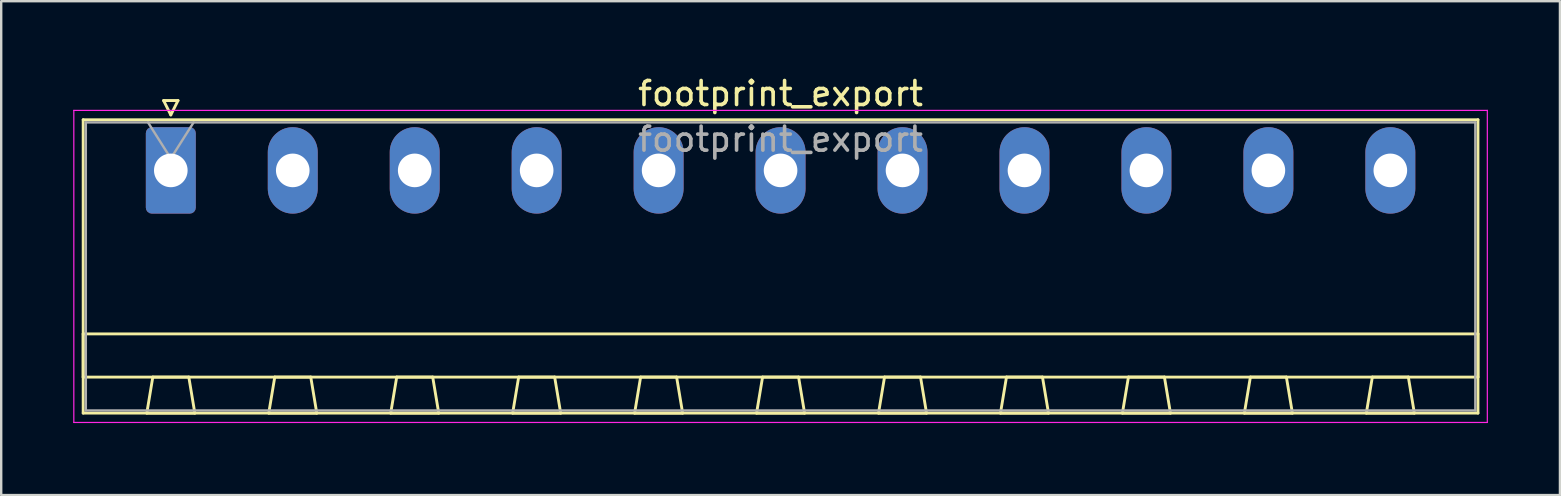
<source format=kicad_pcb>
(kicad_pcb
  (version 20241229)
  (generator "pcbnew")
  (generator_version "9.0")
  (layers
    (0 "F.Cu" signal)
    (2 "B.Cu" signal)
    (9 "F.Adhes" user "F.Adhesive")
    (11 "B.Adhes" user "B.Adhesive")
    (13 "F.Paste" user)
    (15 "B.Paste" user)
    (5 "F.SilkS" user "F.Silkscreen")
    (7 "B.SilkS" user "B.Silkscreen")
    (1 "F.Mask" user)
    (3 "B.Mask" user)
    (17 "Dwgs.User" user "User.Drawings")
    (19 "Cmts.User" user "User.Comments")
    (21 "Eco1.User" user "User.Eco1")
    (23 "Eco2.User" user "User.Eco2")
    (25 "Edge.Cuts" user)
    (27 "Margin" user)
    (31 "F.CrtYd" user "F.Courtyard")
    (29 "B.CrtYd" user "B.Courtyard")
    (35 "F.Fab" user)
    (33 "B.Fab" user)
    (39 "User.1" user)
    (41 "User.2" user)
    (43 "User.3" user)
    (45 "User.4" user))
  (footprint "footprint_export"
    (layer "F.Cu")
    (at 4.065 4.048)
    (property "Reference" "footprint_export" (at 25.4 -3.2 0) (layer "F.SilkS") (effects (font (size 1 1) (thickness 0.15))))
    (attr through_hole)
    (fp_line (start -3.65 -2.11) (end -3.65 10.11) (stroke (width 0.12) (type solid)) (layer "F.SilkS"))
    (fp_line (start -3.65 6.81) (end 54.45 6.81) (stroke (width 0.12) (type solid)) (layer "F.SilkS"))
    (fp_line (start -3.65 8.61) (end -3.65 6.81) (stroke (width 0.12) (type solid)) (layer "F.SilkS"))
    (fp_line (start -3.65 10.11) (end 54.45 10.11) (stroke (width 0.12) (type solid)) (layer "F.SilkS"))
    (fp_line (start -1 10.11) (end 1 10.11) (stroke (width 0.12) (type solid)) (layer "F.SilkS"))
    (fp_line (start -0.75 8.61) (end -1 10.11) (stroke (width 0.12) (type solid)) (layer "F.SilkS"))
    (fp_line (start -0.3 -2.91) (end 0.3 -2.91) (stroke (width 0.12) (type solid)) (layer "F.SilkS"))
    (fp_line (start 0 -2.31) (end -0.3 -2.91) (stroke (width 0.12) (type solid)) (layer "F.SilkS"))
    (fp_line (start 0.3 -2.91) (end 0 -2.31) (stroke (width 0.12) (type solid)) (layer "F.SilkS"))
    (fp_line (start 0.75 8.61) (end -0.75 8.61) (stroke (width 0.12) (type solid)) (layer "F.SilkS"))
    (fp_line (start 1 10.11) (end 0.75 8.61) (stroke (width 0.12) (type solid)) (layer "F.SilkS"))
    (fp_line (start 4.08 10.11) (end 6.08 10.11) (stroke (width 0.12) (type solid)) (layer "F.SilkS"))
    (fp_line (start 4.33 8.61) (end 4.08 10.11) (stroke (width 0.12) (type solid)) (layer "F.SilkS"))
    (fp_line (start 5.83 8.61) (end 4.33 8.61) (stroke (width 0.12) (type solid)) (layer "F.SilkS"))
    (fp_line (start 6.08 10.11) (end 5.83 8.61) (stroke (width 0.12) (type solid)) (layer "F.SilkS"))
    (fp_line (start 9.16 10.11) (end 11.16 10.11) (stroke (width 0.12) (type solid)) (layer "F.SilkS"))
    (fp_line (start 9.41 8.61) (end 9.16 10.11) (stroke (width 0.12) (type solid)) (layer "F.SilkS"))
    (fp_line (start 10.91 8.61) (end 9.41 8.61) (stroke (width 0.12) (type solid)) (layer "F.SilkS"))
    (fp_line (start 11.16 10.11) (end 10.91 8.61) (stroke (width 0.12) (type solid)) (layer "F.SilkS"))
    (fp_line (start 14.24 10.11) (end 16.24 10.11) (stroke (width 0.12) (type solid)) (layer "F.SilkS"))
    (fp_line (start 14.49 8.61) (end 14.24 10.11) (stroke (width 0.12) (type solid)) (layer "F.SilkS"))
    (fp_line (start 15.99 8.61) (end 14.49 8.61) (stroke (width 0.12) (type solid)) (layer "F.SilkS"))
    (fp_line (start 16.24 10.11) (end 15.99 8.61) (stroke (width 0.12) (type solid)) (layer "F.SilkS"))
    (fp_line (start 19.32 10.11) (end 21.32 10.11) (stroke (width 0.12) (type solid)) (layer "F.SilkS"))
    (fp_line (start 19.57 8.61) (end 19.32 10.11) (stroke (width 0.12) (type solid)) (layer "F.SilkS"))
    (fp_line (start 21.07 8.61) (end 19.57 8.61) (stroke (width 0.12) (type solid)) (layer "F.SilkS"))
    (fp_line (start 21.32 10.11) (end 21.07 8.61) (stroke (width 0.12) (type solid)) (layer "F.SilkS"))
    (fp_line (start 24.4 10.11) (end 26.4 10.11) (stroke (width 0.12) (type solid)) (layer "F.SilkS"))
    (fp_line (start 24.65 8.61) (end 24.4 10.11) (stroke (width 0.12) (type solid)) (layer "F.SilkS"))
    (fp_line (start 26.15 8.61) (end 24.65 8.61) (stroke (width 0.12) (type solid)) (layer "F.SilkS"))
    (fp_line (start 26.4 10.11) (end 26.15 8.61) (stroke (width 0.12) (type solid)) (layer "F.SilkS"))
    (fp_line (start 29.48 10.11) (end 31.48 10.11) (stroke (width 0.12) (type solid)) (layer "F.SilkS"))
    (fp_line (start 29.73 8.61) (end 29.48 10.11) (stroke (width 0.12) (type solid)) (layer "F.SilkS"))
    (fp_line (start 31.23 8.61) (end 29.73 8.61) (stroke (width 0.12) (type solid)) (layer "F.SilkS"))
    (fp_line (start 31.48 10.11) (end 31.23 8.61) (stroke (width 0.12) (type solid)) (layer "F.SilkS"))
    (fp_line (start 34.56 10.11) (end 36.56 10.11) (stroke (width 0.12) (type solid)) (layer "F.SilkS"))
    (fp_line (start 34.81 8.61) (end 34.56 10.11) (stroke (width 0.12) (type solid)) (layer "F.SilkS"))
    (fp_line (start 36.31 8.61) (end 34.81 8.61) (stroke (width 0.12) (type solid)) (layer "F.SilkS"))
    (fp_line (start 36.56 10.11) (end 36.31 8.61) (stroke (width 0.12) (type solid)) (layer "F.SilkS"))
    (fp_line (start 39.64 10.11) (end 41.64 10.11) (stroke (width 0.12) (type solid)) (layer "F.SilkS"))
    (fp_line (start 39.89 8.61) (end 39.64 10.11) (stroke (width 0.12) (type solid)) (layer "F.SilkS"))
    (fp_line (start 41.39 8.61) (end 39.89 8.61) (stroke (width 0.12) (type solid)) (layer "F.SilkS"))
    (fp_line (start 41.64 10.11) (end 41.39 8.61) (stroke (width 0.12) (type solid)) (layer "F.SilkS"))
    (fp_line (start 44.72 10.11) (end 46.72 10.11) (stroke (width 0.12) (type solid)) (layer "F.SilkS"))
    (fp_line (start 44.97 8.61) (end 44.72 10.11) (stroke (width 0.12) (type solid)) (layer "F.SilkS"))
    (fp_line (start 46.47 8.61) (end 44.97 8.61) (stroke (width 0.12) (type solid)) (layer "F.SilkS"))
    (fp_line (start 46.72 10.11) (end 46.47 8.61) (stroke (width 0.12) (type solid)) (layer "F.SilkS"))
    (fp_line (start 49.8 10.11) (end 51.8 10.11) (stroke (width 0.12) (type solid)) (layer "F.SilkS"))
    (fp_line (start 50.05 8.61) (end 49.8 10.11) (stroke (width 0.12) (type solid)) (layer "F.SilkS"))
    (fp_line (start 51.55 8.61) (end 50.05 8.61) (stroke (width 0.12) (type solid)) (layer "F.SilkS"))
    (fp_line (start 51.8 10.11) (end 51.55 8.61) (stroke (width 0.12) (type solid)) (layer "F.SilkS"))
    (fp_line (start 54.45 -2.11) (end -3.65 -2.11) (stroke (width 0.12) (type solid)) (layer "F.SilkS"))
    (fp_line (start 54.45 6.81) (end 54.45 8.61) (stroke (width 0.12) (type solid)) (layer "F.SilkS"))
    (fp_line (start 54.45 8.61) (end -3.65 8.61) (stroke (width 0.12) (type solid)) (layer "F.SilkS"))
    (fp_line (start 54.45 10.11) (end 54.45 -2.11) (stroke (width 0.12) (type solid)) (layer "F.SilkS"))
    (fp_line (start -4.04 -2.5) (end -4.04 10.5) (stroke (width 0.05) (type solid)) (layer "F.CrtYd"))
    (fp_line (start -4.04 10.5) (end 54.84 10.5) (stroke (width 0.05) (type solid)) (layer "F.CrtYd"))
    (fp_line (start 54.84 -2.5) (end -4.04 -2.5) (stroke (width 0.05) (type solid)) (layer "F.CrtYd"))
    (fp_line (start 54.84 10.5) (end 54.84 -2.5) (stroke (width 0.05) (type solid)) (layer "F.CrtYd"))
    (fp_line (start -3.54 -2) (end -3.54 10) (stroke (width 0.1) (type solid)) (layer "F.Fab"))
    (fp_line (start -3.54 10) (end 54.34 10) (stroke (width 0.1) (type solid)) (layer "F.Fab"))
    (fp_line (start 0 -0.5) (end -0.95 -2) (stroke (width 0.1) (type solid)) (layer "F.Fab"))
    (fp_line (start 0.95 -2) (end 0 -0.5) (stroke (width 0.1) (type solid)) (layer "F.Fab"))
    (fp_line (start 54.34 -2) (end -3.54 -2) (stroke (width 0.1) (type solid)) (layer "F.Fab"))
    (fp_line (start 54.34 10) (end 54.34 -2) (stroke (width 0.1) (type solid)) (layer "F.Fab"))
    (fp_text user "${REFERENCE}" (at 25.4 -1.3 0) (layer "F.Fab") (effects (font (size 1 1) (thickness 0.15))))
    (pad "1" thru_hole roundrect (at 0 0) (size 2.08 3.6) (drill 1.4) (layers "*.Cu" "*.Mask") (roundrect_rratio 0.12))
    (pad "2" thru_hole oval (at 5.08 0) (size 2.08 3.6) (drill 1.4) (layers "*.Cu" "*.Mask"))
    (pad "3" thru_hole oval (at 10.16 0) (size 2.08 3.6) (drill 1.4) (layers "*.Cu" "*.Mask"))
    (pad "4" thru_hole oval (at 15.24 0) (size 2.08 3.6) (drill 1.4) (layers "*.Cu" "*.Mask"))
    (pad "5" thru_hole oval (at 20.32 0) (size 2.08 3.6) (drill 1.4) (layers "*.Cu" "*.Mask"))
    (pad "6" thru_hole oval (at 25.4 0) (size 2.08 3.6) (drill 1.4) (layers "*.Cu" "*.Mask"))
    (pad "7" thru_hole oval (at 30.48 0) (size 2.08 3.6) (drill 1.4) (layers "*.Cu" "*.Mask"))
    (pad "8" thru_hole oval (at 35.56 0) (size 2.08 3.6) (drill 1.4) (layers "*.Cu" "*.Mask"))
    (pad "9" thru_hole oval (at 40.64 0) (size 2.08 3.6) (drill 1.4) (layers "*.Cu" "*.Mask"))
    (pad "10" thru_hole oval (at 45.72 0) (size 2.08 3.6) (drill 1.4) (layers "*.Cu" "*.Mask"))
    (pad "11" thru_hole oval (at 50.8 0) (size 2.08 3.6) (drill 1.4) (layers "*.Cu" "*.Mask")))
  (gr_rect
    (start -3 -3)
    (end 61.93 17.573)
    (stroke (width 0.1) (type default))
    (fill no)
    (layer "Edge.Cuts")))
</source>
